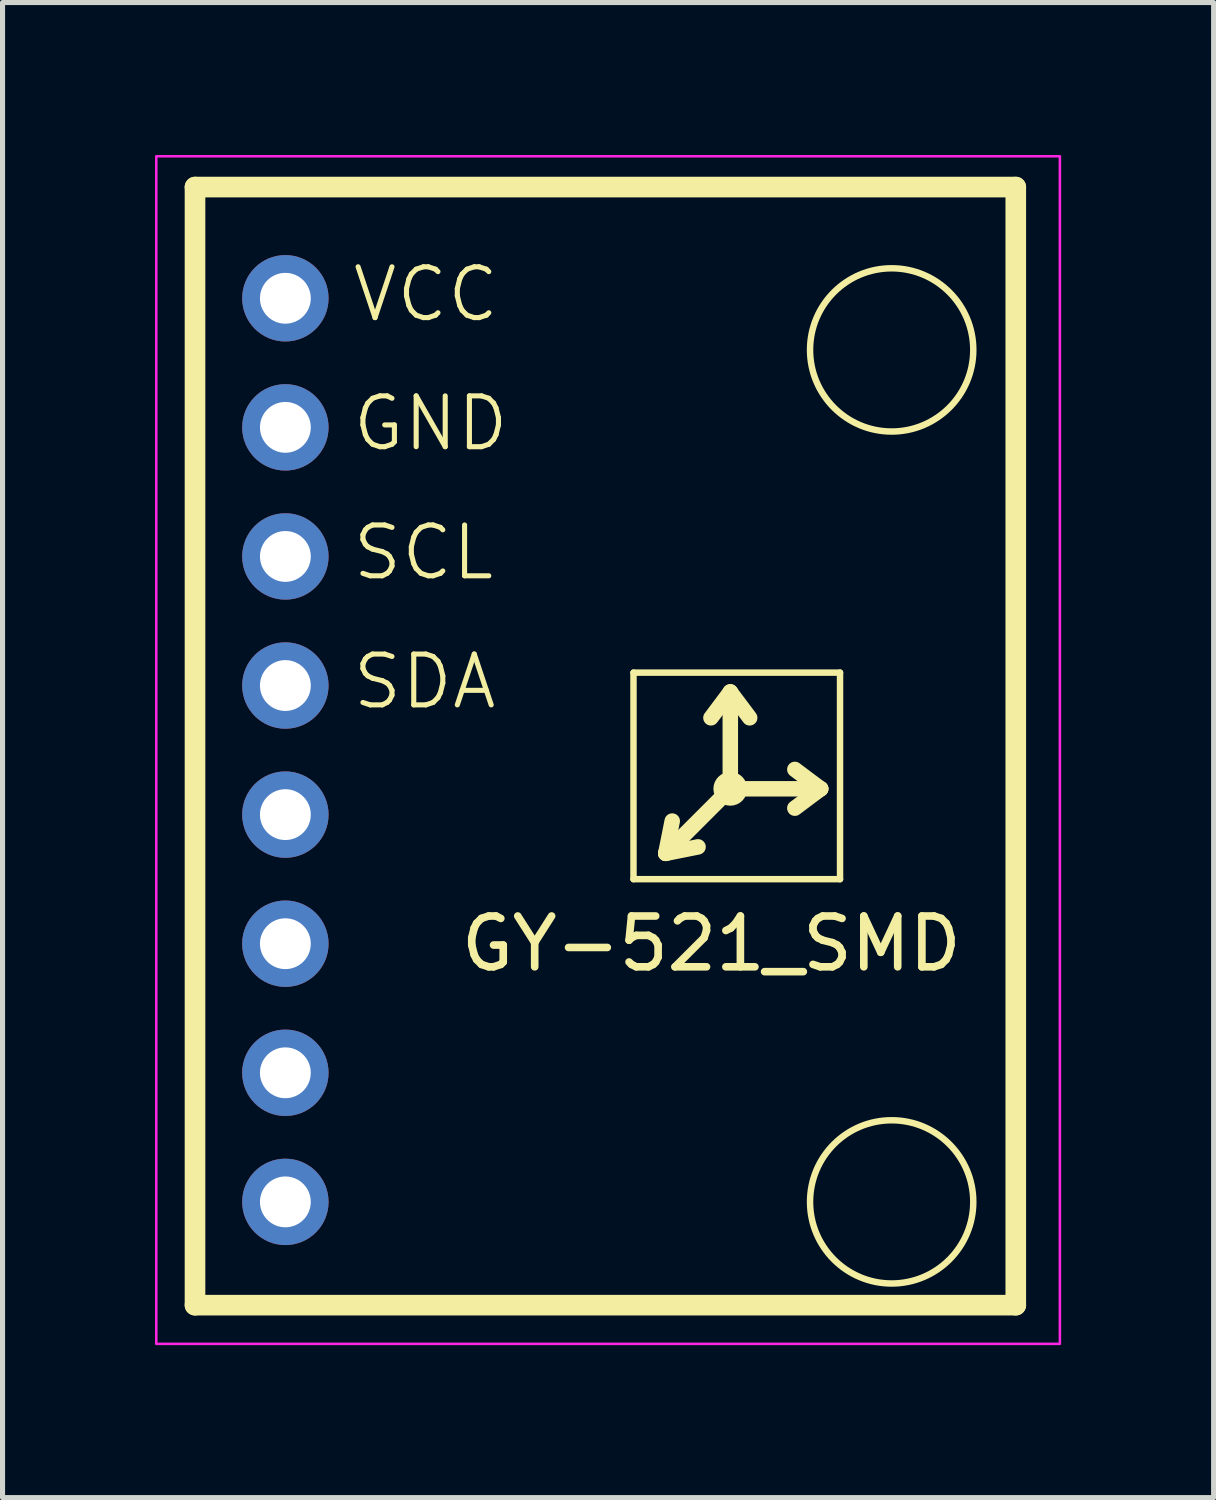
<source format=kicad_pcb>
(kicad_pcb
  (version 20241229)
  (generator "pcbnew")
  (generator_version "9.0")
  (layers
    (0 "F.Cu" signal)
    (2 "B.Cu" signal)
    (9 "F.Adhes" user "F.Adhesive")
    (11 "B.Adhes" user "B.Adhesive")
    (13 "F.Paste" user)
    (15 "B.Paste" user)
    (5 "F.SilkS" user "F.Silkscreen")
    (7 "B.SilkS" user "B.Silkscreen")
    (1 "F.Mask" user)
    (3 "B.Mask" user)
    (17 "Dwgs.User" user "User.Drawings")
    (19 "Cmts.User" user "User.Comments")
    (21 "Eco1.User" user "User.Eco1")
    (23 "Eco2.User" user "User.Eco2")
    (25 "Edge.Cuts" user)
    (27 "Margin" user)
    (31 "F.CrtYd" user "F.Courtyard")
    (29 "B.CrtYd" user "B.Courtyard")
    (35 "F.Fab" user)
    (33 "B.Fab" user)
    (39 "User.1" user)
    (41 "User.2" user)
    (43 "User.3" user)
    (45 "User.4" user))
  (footprint "GY-521_SMD"
    (layer "F.Cu")
    (at 0.787 22.631)
    (property "Reference" "GY-521_SMD" (at 10.16 -7.112 0) (layer "F.SilkS") (effects (font (size 1 1) (thickness 0.15))))
    (attr smd)
    (fp_line (start 0 -22) (end 0 0) (stroke (width 0.406) (type solid)) (layer "F.SilkS"))
    (fp_line (start 0 0) (end 16.15 0) (stroke (width 0.406) (type solid)) (layer "F.SilkS"))
    (fp_line (start 8.628 -12.446) (end 8.628 -8.382) (stroke (width 0.127) (type solid)) (layer "F.SilkS"))
    (fp_line (start 8.628 -8.382) (end 12.692 -8.382) (stroke (width 0.127) (type solid)) (layer "F.SilkS"))
    (fp_line (start 9.263 -8.89) (end 9.39 -9.525) (stroke (width 0.305) (type solid)) (layer "F.SilkS"))
    (fp_line (start 9.263 -8.89) (end 9.898 -9.017) (stroke (width 0.305) (type solid)) (layer "F.SilkS"))
    (fp_line (start 10.533 -12.065) (end 10.152 -11.557) (stroke (width 0.305) (type solid)) (layer "F.SilkS"))
    (fp_line (start 10.533 -10.16) (end 9.263 -8.89) (stroke (width 0.305) (type solid)) (layer "F.SilkS"))
    (fp_line (start 10.533 -10.16) (end 10.533 -12.065) (stroke (width 0.305) (type solid)) (layer "F.SilkS"))
    (fp_line (start 10.533 -10.16) (end 12.311 -10.16) (stroke (width 0.305) (type solid)) (layer "F.SilkS"))
    (fp_line (start 10.914 -11.557) (end 10.533 -12.065) (stroke (width 0.305) (type solid)) (layer "F.SilkS"))
    (fp_line (start 11.803 -10.541) (end 12.311 -10.16) (stroke (width 0.305) (type solid)) (layer "F.SilkS"))
    (fp_line (start 12.311 -10.16) (end 11.803 -9.779) (stroke (width 0.305) (type solid)) (layer "F.SilkS"))
    (fp_line (start 12.692 -12.446) (end 8.628 -12.446) (stroke (width 0.127) (type solid)) (layer "F.SilkS"))
    (fp_line (start 12.692 -8.382) (end 12.692 -12.446) (stroke (width 0.127) (type solid)) (layer "F.SilkS"))
    (fp_line (start 16.15 -22) (end 0 -22) (stroke (width 0.406) (type solid)) (layer "F.SilkS"))
    (fp_line (start 16.15 0) (end 16.15 -22) (stroke (width 0.406) (type solid)) (layer "F.SilkS"))
    (fp_circle (center 10.533 -10.16) (end 10.713 -10.16) (stroke (width 0.305) (type solid)) (fill no) (layer "F.SilkS"))
    (fp_circle (center 13.708 -18.796) (end 15.314 -18.796) (stroke (width 0.127) (type solid)) (fill no) (layer "F.SilkS"))
    (fp_circle (center 13.708 -2.032) (end 15.314 -2.032) (stroke (width 0.127) (type solid)) (fill no) (layer "F.SilkS"))
    (fp_rect (start -0.762 -22.606) (end 17.018 0.762) (stroke (width 0.05) (type default)) (fill no) (layer "F.CrtYd"))
    (fp_text user "VCC" (at 3.048 -19.304 0) (unlocked yes) (layer "F.SilkS") (effects (font (size 1 1) (thickness 0.1)) (justify left bottom)))
    (fp_text user "SCL" (at 3.048 -14.224 0) (unlocked yes) (layer "F.SilkS") (effects (font (size 1 1) (thickness 0.1)) (justify left bottom)))
    (fp_text user "SDA" (at 3.048 -11.684 0) (unlocked yes) (layer "F.SilkS") (effects (font (size 1 1) (thickness 0.1)) (justify left bottom)))
    (fp_text user "GND" (at 3.048 -16.764 0) (unlocked yes) (layer "F.SilkS") (effects (font (size 1 1) (thickness 0.1)) (justify left bottom)))
    (pad "1" thru_hole circle (at 1.778 -19.812) (size 1.7 1.7) (drill 1) (layers "*.Cu" "*.Mask"))
    (pad "2" thru_hole circle (at 1.778 -17.272) (size 1.7 1.7) (drill 1) (layers "*.Cu" "*.Mask"))
    (pad "3" thru_hole circle (at 1.778 -14.732) (size 1.7 1.7) (drill 1) (layers "*.Cu" "*.Mask"))
    (pad "4" thru_hole circle (at 1.778 -12.192) (size 1.7 1.7) (drill 1) (layers "*.Cu" "*.Mask"))
    (pad "5" thru_hole circle (at 1.778 -9.652) (size 1.7 1.7) (drill 1) (layers "*.Cu" "*.Mask"))
    (pad "6" thru_hole circle (at 1.778 -7.112) (size 1.7 1.7) (drill 1) (layers "*.Cu" "*.Mask"))
    (pad "7" thru_hole circle (at 1.778 -4.572) (size 1.7 1.7) (drill 1) (layers "*.Cu" "*.Mask"))
    (pad "8" thru_hole circle (at 1.778 -2.032) (size 1.7 1.7) (drill 1) (layers "*.Cu" "*.Mask")))
  (gr_rect
    (start -3 -3)
    (end 20.83 26.418)
    (stroke (width 0.1) (type default))
    (fill no)
    (layer "Edge.Cuts")))
</source>
